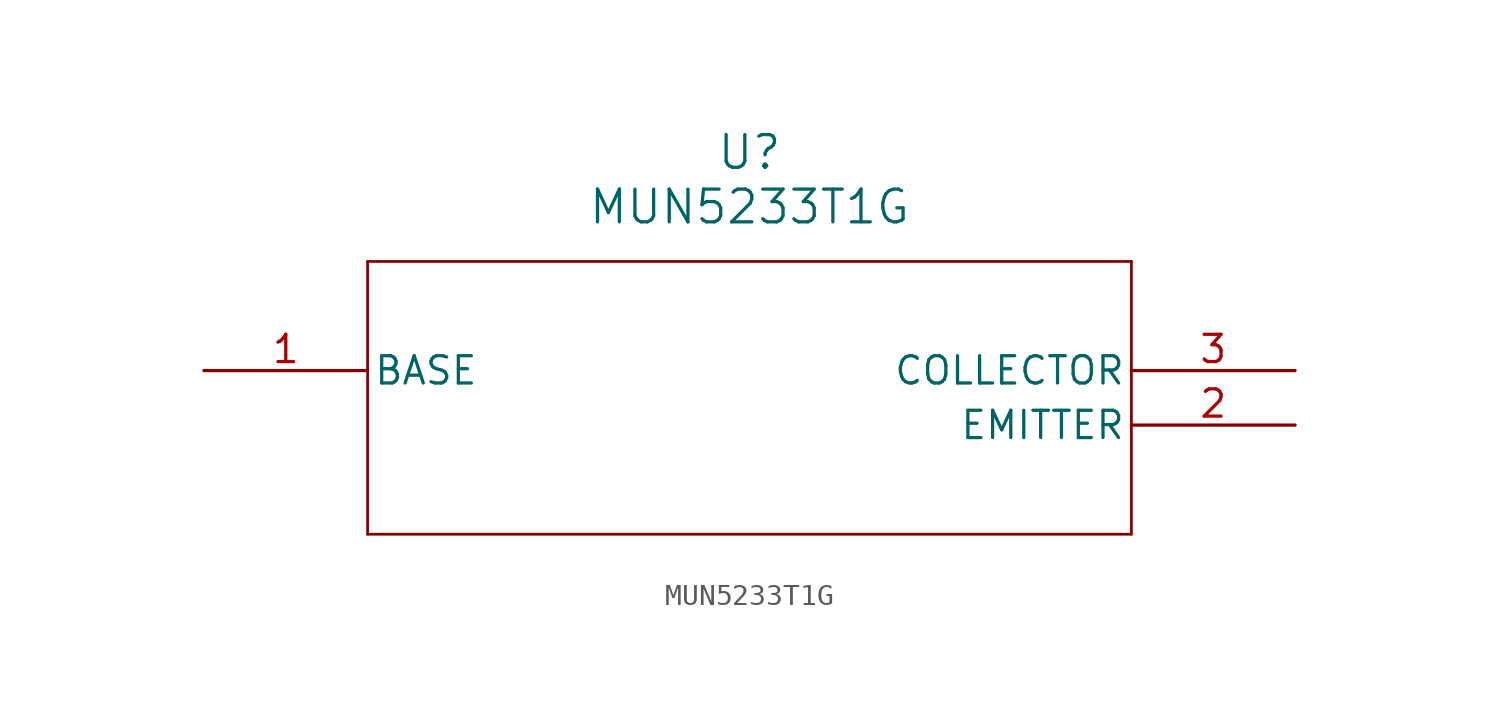
<source format=kicad_sym>
(kicad_symbol_lib
  (version 20211014)
  (generator kicad_symbol_editor)
  (symbol "MUN5233T1G"
    (pin_names
      (offset 0.254))
    (property "Reference" "U"
      (at 25.4 10.16 0)
      (effects (font (size 1.524 1.524))))
    (property "Value" "MUN5233T1G"
      (at 25.4 7.62 0)
      (effects (font (size 1.524 1.524))))
    (symbol "MUN5233T1G_0_1"
      (polyline (pts (xy 7.62 5.08) (xy 7.62 -7.62)) (stroke (width 0.127) (type default) (color 0 0 0 0)) (fill (type none)))
      (polyline (pts (xy 7.62 -7.62) (xy 43.18 -7.62)) (stroke (width 0.127) (type default) (color 0 0 0 0)) (fill (type none)))
      (polyline (pts (xy 43.18 -7.62) (xy 43.18 5.08)) (stroke (width 0.127) (type default) (color 0 0 0 0)) (fill (type none)))
      (polyline (pts (xy 43.18 5.08) (xy 7.62 5.08)) (stroke (width 0.127) (type default) (color 0 0 0 0)) (fill (type none)))
      (pin unspecified line (at 0 0 0) (length 7.62) (name "BASE" (effects (font (size 1.27 1.27)))) (number "1" (effects (font (size 1.27 1.27)))))
      (pin unspecified line (at 50.8 -2.54 180) (length 7.62) (name "EMITTER" (effects (font (size 1.27 1.27)))) (number "2" (effects (font (size 1.27 1.27)))))
      (pin unspecified line (at 50.8 0 180) (length 7.62) (name "COLLECTOR" (effects (font (size 1.27 1.27)))) (number "3" (effects (font (size 1.27 1.27))))))))
</source>
